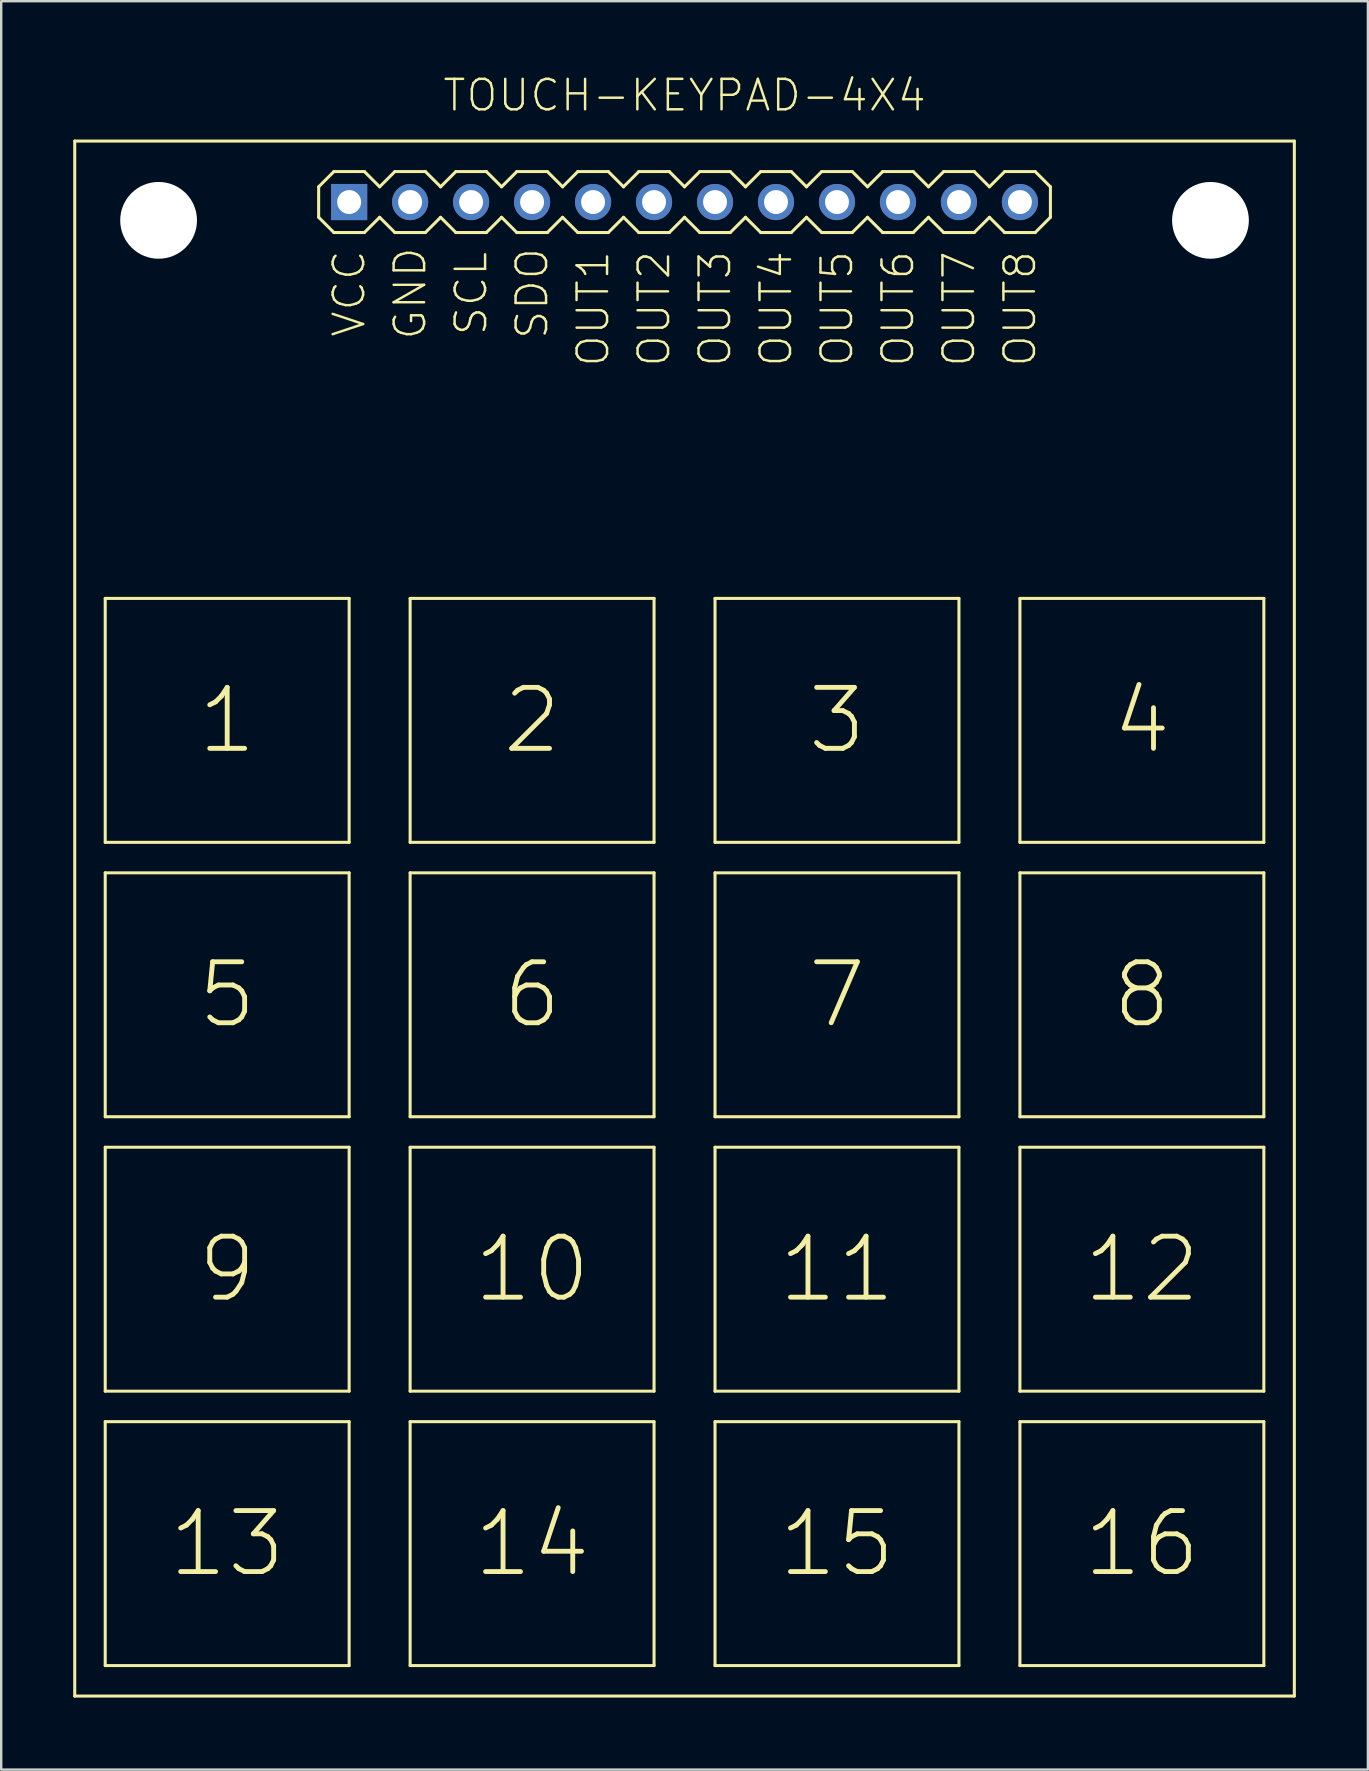
<source format=kicad_pcb>
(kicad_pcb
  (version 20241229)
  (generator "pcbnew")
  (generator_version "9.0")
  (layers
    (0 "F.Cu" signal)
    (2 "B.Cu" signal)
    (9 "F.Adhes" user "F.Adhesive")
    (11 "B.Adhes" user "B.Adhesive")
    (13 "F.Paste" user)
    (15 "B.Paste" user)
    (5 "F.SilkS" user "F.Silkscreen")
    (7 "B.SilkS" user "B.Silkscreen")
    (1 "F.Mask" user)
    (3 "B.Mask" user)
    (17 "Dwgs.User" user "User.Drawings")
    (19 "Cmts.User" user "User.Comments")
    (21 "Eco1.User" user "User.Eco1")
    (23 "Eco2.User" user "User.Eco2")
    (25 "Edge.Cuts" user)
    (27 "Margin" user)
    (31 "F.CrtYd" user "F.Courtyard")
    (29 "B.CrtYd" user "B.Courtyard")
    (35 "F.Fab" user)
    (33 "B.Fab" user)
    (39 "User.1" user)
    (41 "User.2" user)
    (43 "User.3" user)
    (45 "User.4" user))
  (footprint "TOUCH-KEYPAD-4X4"
    (layer "F.Cu")
    (at 25.463 35.846)
    (property "Reference" "TOUCH-KEYPAD-4X4" (at 0 -34.925 0) (layer "F.SilkS") (effects (font (size 1.27 1.27) (thickness 0.102))))
    (attr exclude_from_pos_files exclude_from_bom)
    (fp_line (start -25.4 -33.02) (end 25.4 -33.02) (stroke (width 0.127) (type solid)) (layer "F.SilkS"))
    (fp_line (start -25.4 31.75) (end -25.4 -33.02) (stroke (width 0.127) (type solid)) (layer "F.SilkS"))
    (fp_line (start -24.13 -13.97) (end -13.97 -13.97) (stroke (width 0.127) (type solid)) (layer "F.SilkS"))
    (fp_line (start -24.13 -3.81) (end -24.13 -13.97) (stroke (width 0.127) (type solid)) (layer "F.SilkS"))
    (fp_line (start -24.13 -2.54) (end -13.97 -2.54) (stroke (width 0.127) (type solid)) (layer "F.SilkS"))
    (fp_line (start -24.13 7.62) (end -24.13 -2.54) (stroke (width 0.127) (type solid)) (layer "F.SilkS"))
    (fp_line (start -24.13 8.89) (end -13.97 8.89) (stroke (width 0.127) (type solid)) (layer "F.SilkS"))
    (fp_line (start -24.13 19.05) (end -24.13 8.89) (stroke (width 0.127) (type solid)) (layer "F.SilkS"))
    (fp_line (start -24.13 20.32) (end -13.97 20.32) (stroke (width 0.127) (type solid)) (layer "F.SilkS"))
    (fp_line (start -24.13 30.48) (end -24.13 20.32) (stroke (width 0.127) (type solid)) (layer "F.SilkS"))
    (fp_line (start -15.24 -31.115) (end -14.605 -31.75) (stroke (width 0.127) (type solid)) (layer "F.SilkS"))
    (fp_line (start -15.24 -29.845) (end -15.24 -31.115) (stroke (width 0.127) (type solid)) (layer "F.SilkS"))
    (fp_line (start -14.605 -31.75) (end -13.335 -31.75) (stroke (width 0.127) (type solid)) (layer "F.SilkS"))
    (fp_line (start -14.605 -29.21) (end -15.24 -29.845) (stroke (width 0.127) (type solid)) (layer "F.SilkS"))
    (fp_line (start -13.97 -13.97) (end -13.97 -3.81) (stroke (width 0.127) (type solid)) (layer "F.SilkS"))
    (fp_line (start -13.97 -3.81) (end -24.13 -3.81) (stroke (width 0.127) (type solid)) (layer "F.SilkS"))
    (fp_line (start -13.97 -2.54) (end -13.97 7.62) (stroke (width 0.127) (type solid)) (layer "F.SilkS"))
    (fp_line (start -13.97 7.62) (end -24.13 7.62) (stroke (width 0.127) (type solid)) (layer "F.SilkS"))
    (fp_line (start -13.97 8.89) (end -13.97 19.05) (stroke (width 0.127) (type solid)) (layer "F.SilkS"))
    (fp_line (start -13.97 19.05) (end -24.13 19.05) (stroke (width 0.127) (type solid)) (layer "F.SilkS"))
    (fp_line (start -13.97 20.32) (end -13.97 30.48) (stroke (width 0.127) (type solid)) (layer "F.SilkS"))
    (fp_line (start -13.97 30.48) (end -24.13 30.48) (stroke (width 0.127) (type solid)) (layer "F.SilkS"))
    (fp_line (start -13.335 -31.75) (end -12.7 -31.115) (stroke (width 0.127) (type solid)) (layer "F.SilkS"))
    (fp_line (start -13.335 -29.21) (end -14.605 -29.21) (stroke (width 0.127) (type solid)) (layer "F.SilkS"))
    (fp_line (start -12.7 -31.115) (end -12.065 -31.75) (stroke (width 0.127) (type solid)) (layer "F.SilkS"))
    (fp_line (start -12.7 -29.845) (end -13.335 -29.21) (stroke (width 0.127) (type solid)) (layer "F.SilkS"))
    (fp_line (start -12.065 -31.75) (end -10.795 -31.75) (stroke (width 0.127) (type solid)) (layer "F.SilkS"))
    (fp_line (start -12.065 -29.21) (end -12.7 -29.845) (stroke (width 0.127) (type solid)) (layer "F.SilkS"))
    (fp_line (start -11.43 -13.97) (end -1.27 -13.97) (stroke (width 0.127) (type solid)) (layer "F.SilkS"))
    (fp_line (start -11.43 -3.81) (end -11.43 -13.97) (stroke (width 0.127) (type solid)) (layer "F.SilkS"))
    (fp_line (start -11.43 -2.54) (end -1.27 -2.54) (stroke (width 0.127) (type solid)) (layer "F.SilkS"))
    (fp_line (start -11.43 7.62) (end -11.43 -2.54) (stroke (width 0.127) (type solid)) (layer "F.SilkS"))
    (fp_line (start -11.43 8.89) (end -1.27 8.89) (stroke (width 0.127) (type solid)) (layer "F.SilkS"))
    (fp_line (start -11.43 19.05) (end -11.43 8.89) (stroke (width 0.127) (type solid)) (layer "F.SilkS"))
    (fp_line (start -11.43 20.32) (end -1.27 20.32) (stroke (width 0.127) (type solid)) (layer "F.SilkS"))
    (fp_line (start -11.43 30.48) (end -11.43 20.32) (stroke (width 0.127) (type solid)) (layer "F.SilkS"))
    (fp_line (start -10.795 -31.75) (end -10.16 -31.115) (stroke (width 0.127) (type solid)) (layer "F.SilkS"))
    (fp_line (start -10.795 -29.21) (end -12.065 -29.21) (stroke (width 0.127) (type solid)) (layer "F.SilkS"))
    (fp_line (start -10.16 -31.115) (end -9.525 -31.75) (stroke (width 0.127) (type solid)) (layer "F.SilkS"))
    (fp_line (start -10.16 -29.845) (end -10.795 -29.21) (stroke (width 0.127) (type solid)) (layer "F.SilkS"))
    (fp_line (start -9.525 -31.75) (end -8.255 -31.75) (stroke (width 0.127) (type solid)) (layer "F.SilkS"))
    (fp_line (start -9.525 -29.21) (end -10.16 -29.845) (stroke (width 0.127) (type solid)) (layer "F.SilkS"))
    (fp_line (start -8.255 -31.75) (end -7.62 -31.115) (stroke (width 0.127) (type solid)) (layer "F.SilkS"))
    (fp_line (start -8.255 -29.21) (end -9.525 -29.21) (stroke (width 0.127) (type solid)) (layer "F.SilkS"))
    (fp_line (start -7.62 -31.115) (end -6.985 -31.75) (stroke (width 0.127) (type solid)) (layer "F.SilkS"))
    (fp_line (start -7.62 -29.845) (end -8.255 -29.21) (stroke (width 0.127) (type solid)) (layer "F.SilkS"))
    (fp_line (start -6.985 -31.75) (end -5.715 -31.75) (stroke (width 0.127) (type solid)) (layer "F.SilkS"))
    (fp_line (start -6.985 -29.21) (end -7.62 -29.845) (stroke (width 0.127) (type solid)) (layer "F.SilkS"))
    (fp_line (start -5.715 -31.75) (end -5.08 -31.115) (stroke (width 0.127) (type solid)) (layer "F.SilkS"))
    (fp_line (start -5.715 -29.21) (end -6.985 -29.21) (stroke (width 0.127) (type solid)) (layer "F.SilkS"))
    (fp_line (start -5.08 -31.115) (end -4.445 -31.75) (stroke (width 0.127) (type solid)) (layer "F.SilkS"))
    (fp_line (start -5.08 -29.845) (end -5.715 -29.21) (stroke (width 0.127) (type solid)) (layer "F.SilkS"))
    (fp_line (start -5.08 -29.845) (end -4.445 -29.21) (stroke (width 0.127) (type solid)) (layer "F.SilkS"))
    (fp_line (start -4.445 -31.75) (end -3.175 -31.75) (stroke (width 0.127) (type solid)) (layer "F.SilkS"))
    (fp_line (start -4.445 -29.21) (end -3.175 -29.21) (stroke (width 0.127) (type solid)) (layer "F.SilkS"))
    (fp_line (start -3.175 -31.75) (end -2.54 -31.115) (stroke (width 0.127) (type solid)) (layer "F.SilkS"))
    (fp_line (start -3.175 -29.21) (end -2.54 -29.845) (stroke (width 0.127) (type solid)) (layer "F.SilkS"))
    (fp_line (start -2.54 -31.115) (end -1.905 -31.75) (stroke (width 0.127) (type solid)) (layer "F.SilkS"))
    (fp_line (start -1.905 -31.75) (end -0.635 -31.75) (stroke (width 0.127) (type solid)) (layer "F.SilkS"))
    (fp_line (start -1.905 -29.21) (end -2.54 -29.845) (stroke (width 0.127) (type solid)) (layer "F.SilkS"))
    (fp_line (start -1.27 -13.97) (end -1.27 -3.81) (stroke (width 0.127) (type solid)) (layer "F.SilkS"))
    (fp_line (start -1.27 -3.81) (end -11.43 -3.81) (stroke (width 0.127) (type solid)) (layer "F.SilkS"))
    (fp_line (start -1.27 -2.54) (end -1.27 7.62) (stroke (width 0.127) (type solid)) (layer "F.SilkS"))
    (fp_line (start -1.27 7.62) (end -11.43 7.62) (stroke (width 0.127) (type solid)) (layer "F.SilkS"))
    (fp_line (start -1.27 8.89) (end -1.27 19.05) (stroke (width 0.127) (type solid)) (layer "F.SilkS"))
    (fp_line (start -1.27 19.05) (end -11.43 19.05) (stroke (width 0.127) (type solid)) (layer "F.SilkS"))
    (fp_line (start -1.27 20.32) (end -1.27 30.48) (stroke (width 0.127) (type solid)) (layer "F.SilkS"))
    (fp_line (start -1.27 30.48) (end -11.43 30.48) (stroke (width 0.127) (type solid)) (layer "F.SilkS"))
    (fp_line (start -0.635 -31.75) (end 0 -31.115) (stroke (width 0.127) (type solid)) (layer "F.SilkS"))
    (fp_line (start -0.635 -29.21) (end -1.905 -29.21) (stroke (width 0.127) (type solid)) (layer "F.SilkS"))
    (fp_line (start 0 -31.115) (end 0.635 -31.75) (stroke (width 0.127) (type solid)) (layer "F.SilkS"))
    (fp_line (start 0 -29.845) (end -0.635 -29.21) (stroke (width 0.127) (type solid)) (layer "F.SilkS"))
    (fp_line (start 0.635 -31.75) (end 1.905 -31.75) (stroke (width 0.127) (type solid)) (layer "F.SilkS"))
    (fp_line (start 0.635 -29.21) (end 0 -29.845) (stroke (width 0.127) (type solid)) (layer "F.SilkS"))
    (fp_line (start 1.27 -13.97) (end 11.43 -13.97) (stroke (width 0.127) (type solid)) (layer "F.SilkS"))
    (fp_line (start 1.27 -3.81) (end 1.27 -13.97) (stroke (width 0.127) (type solid)) (layer "F.SilkS"))
    (fp_line (start 1.27 -2.54) (end 11.43 -2.54) (stroke (width 0.127) (type solid)) (layer "F.SilkS"))
    (fp_line (start 1.27 7.62) (end 1.27 -2.54) (stroke (width 0.127) (type solid)) (layer "F.SilkS"))
    (fp_line (start 1.27 8.89) (end 11.43 8.89) (stroke (width 0.127) (type solid)) (layer "F.SilkS"))
    (fp_line (start 1.27 19.05) (end 1.27 8.89) (stroke (width 0.127) (type solid)) (layer "F.SilkS"))
    (fp_line (start 1.27 20.32) (end 11.43 20.32) (stroke (width 0.127) (type solid)) (layer "F.SilkS"))
    (fp_line (start 1.27 30.48) (end 1.27 20.32) (stroke (width 0.127) (type solid)) (layer "F.SilkS"))
    (fp_line (start 1.905 -31.75) (end 2.54 -31.115) (stroke (width 0.127) (type solid)) (layer "F.SilkS"))
    (fp_line (start 1.905 -29.21) (end 0.635 -29.21) (stroke (width 0.127) (type solid)) (layer "F.SilkS"))
    (fp_line (start 2.54 -31.115) (end 3.175 -31.75) (stroke (width 0.127) (type solid)) (layer "F.SilkS"))
    (fp_line (start 2.54 -29.845) (end 1.905 -29.21) (stroke (width 0.127) (type solid)) (layer "F.SilkS"))
    (fp_line (start 2.54 -29.845) (end 3.175 -29.21) (stroke (width 0.127) (type solid)) (layer "F.SilkS"))
    (fp_line (start 3.175 -31.75) (end 4.445 -31.75) (stroke (width 0.127) (type solid)) (layer "F.SilkS"))
    (fp_line (start 3.175 -29.21) (end 4.445 -29.21) (stroke (width 0.127) (type solid)) (layer "F.SilkS"))
    (fp_line (start 4.445 -31.75) (end 5.08 -31.115) (stroke (width 0.127) (type solid)) (layer "F.SilkS"))
    (fp_line (start 4.445 -29.21) (end 5.08 -29.845) (stroke (width 0.127) (type solid)) (layer "F.SilkS"))
    (fp_line (start 5.08 -31.115) (end 5.715 -31.75) (stroke (width 0.127) (type solid)) (layer "F.SilkS"))
    (fp_line (start 5.08 -29.845) (end 5.715 -29.21) (stroke (width 0.127) (type solid)) (layer "F.SilkS"))
    (fp_line (start 5.715 -31.75) (end 6.985 -31.75) (stroke (width 0.127) (type solid)) (layer "F.SilkS"))
    (fp_line (start 5.715 -29.21) (end 6.985 -29.21) (stroke (width 0.127) (type solid)) (layer "F.SilkS"))
    (fp_line (start 6.985 -31.75) (end 7.62 -31.115) (stroke (width 0.127) (type solid)) (layer "F.SilkS"))
    (fp_line (start 6.985 -29.21) (end 7.62 -29.845) (stroke (width 0.127) (type solid)) (layer "F.SilkS"))
    (fp_line (start 7.62 -31.115) (end 8.255 -31.75) (stroke (width 0.127) (type solid)) (layer "F.SilkS"))
    (fp_line (start 7.62 -29.845) (end 8.255 -29.21) (stroke (width 0.127) (type solid)) (layer "F.SilkS"))
    (fp_line (start 8.255 -31.75) (end 9.525 -31.75) (stroke (width 0.127) (type solid)) (layer "F.SilkS"))
    (fp_line (start 8.255 -29.21) (end 9.525 -29.21) (stroke (width 0.127) (type solid)) (layer "F.SilkS"))
    (fp_line (start 9.525 -31.75) (end 10.16 -31.115) (stroke (width 0.127) (type solid)) (layer "F.SilkS"))
    (fp_line (start 9.525 -29.21) (end 10.16 -29.845) (stroke (width 0.127) (type solid)) (layer "F.SilkS"))
    (fp_line (start 10.16 -31.115) (end 10.795 -31.75) (stroke (width 0.127) (type solid)) (layer "F.SilkS"))
    (fp_line (start 10.795 -31.75) (end 12.065 -31.75) (stroke (width 0.127) (type solid)) (layer "F.SilkS"))
    (fp_line (start 10.795 -29.21) (end 10.16 -29.845) (stroke (width 0.127) (type solid)) (layer "F.SilkS"))
    (fp_line (start 11.43 -13.97) (end 11.43 -3.81) (stroke (width 0.127) (type solid)) (layer "F.SilkS"))
    (fp_line (start 11.43 -3.81) (end 1.27 -3.81) (stroke (width 0.127) (type solid)) (layer "F.SilkS"))
    (fp_line (start 11.43 -2.54) (end 11.43 7.62) (stroke (width 0.127) (type solid)) (layer "F.SilkS"))
    (fp_line (start 11.43 7.62) (end 1.27 7.62) (stroke (width 0.127) (type solid)) (layer "F.SilkS"))
    (fp_line (start 11.43 8.89) (end 11.43 19.05) (stroke (width 0.127) (type solid)) (layer "F.SilkS"))
    (fp_line (start 11.43 19.05) (end 1.27 19.05) (stroke (width 0.127) (type solid)) (layer "F.SilkS"))
    (fp_line (start 11.43 20.32) (end 11.43 30.48) (stroke (width 0.127) (type solid)) (layer "F.SilkS"))
    (fp_line (start 11.43 30.48) (end 1.27 30.48) (stroke (width 0.127) (type solid)) (layer "F.SilkS"))
    (fp_line (start 12.065 -31.75) (end 12.7 -31.115) (stroke (width 0.127) (type solid)) (layer "F.SilkS"))
    (fp_line (start 12.065 -29.21) (end 10.795 -29.21) (stroke (width 0.127) (type solid)) (layer "F.SilkS"))
    (fp_line (start 12.7 -31.115) (end 13.335 -31.75) (stroke (width 0.127) (type solid)) (layer "F.SilkS"))
    (fp_line (start 12.7 -29.845) (end 12.065 -29.21) (stroke (width 0.127) (type solid)) (layer "F.SilkS"))
    (fp_line (start 13.335 -31.75) (end 14.605 -31.75) (stroke (width 0.127) (type solid)) (layer "F.SilkS"))
    (fp_line (start 13.335 -29.21) (end 12.7 -29.845) (stroke (width 0.127) (type solid)) (layer "F.SilkS"))
    (fp_line (start 13.97 -13.97) (end 24.13 -13.97) (stroke (width 0.127) (type solid)) (layer "F.SilkS"))
    (fp_line (start 13.97 -3.81) (end 13.97 -13.97) (stroke (width 0.127) (type solid)) (layer "F.SilkS"))
    (fp_line (start 13.97 -2.54) (end 24.13 -2.54) (stroke (width 0.127) (type solid)) (layer "F.SilkS"))
    (fp_line (start 13.97 7.62) (end 13.97 -2.54) (stroke (width 0.127) (type solid)) (layer "F.SilkS"))
    (fp_line (start 13.97 8.89) (end 24.13 8.89) (stroke (width 0.127) (type solid)) (layer "F.SilkS"))
    (fp_line (start 13.97 19.05) (end 13.97 8.89) (stroke (width 0.127) (type solid)) (layer "F.SilkS"))
    (fp_line (start 13.97 20.32) (end 24.13 20.32) (stroke (width 0.127) (type solid)) (layer "F.SilkS"))
    (fp_line (start 13.97 30.48) (end 13.97 20.32) (stroke (width 0.127) (type solid)) (layer "F.SilkS"))
    (fp_line (start 14.605 -31.75) (end 15.24 -31.115) (stroke (width 0.127) (type solid)) (layer "F.SilkS"))
    (fp_line (start 14.605 -29.21) (end 13.335 -29.21) (stroke (width 0.127) (type solid)) (layer "F.SilkS"))
    (fp_line (start 15.24 -31.115) (end 15.24 -29.845) (stroke (width 0.127) (type solid)) (layer "F.SilkS"))
    (fp_line (start 15.24 -29.845) (end 14.605 -29.21) (stroke (width 0.127) (type solid)) (layer "F.SilkS"))
    (fp_line (start 24.13 -13.97) (end 24.13 -3.81) (stroke (width 0.127) (type solid)) (layer "F.SilkS"))
    (fp_line (start 24.13 -3.81) (end 13.97 -3.81) (stroke (width 0.127) (type solid)) (layer "F.SilkS"))
    (fp_line (start 24.13 -2.54) (end 24.13 7.62) (stroke (width 0.127) (type solid)) (layer "F.SilkS"))
    (fp_line (start 24.13 7.62) (end 13.97 7.62) (stroke (width 0.127) (type solid)) (layer "F.SilkS"))
    (fp_line (start 24.13 8.89) (end 24.13 19.05) (stroke (width 0.127) (type solid)) (layer "F.SilkS"))
    (fp_line (start 24.13 19.05) (end 13.97 19.05) (stroke (width 0.127) (type solid)) (layer "F.SilkS"))
    (fp_line (start 24.13 20.32) (end 24.13 30.48) (stroke (width 0.127) (type solid)) (layer "F.SilkS"))
    (fp_line (start 24.13 30.48) (end 13.97 30.48) (stroke (width 0.127) (type solid)) (layer "F.SilkS"))
    (fp_line (start 25.4 -33.02) (end 25.4 31.75) (stroke (width 0.127) (type solid)) (layer "F.SilkS"))
    (fp_line (start 25.4 31.75) (end -25.4 31.75) (stroke (width 0.127) (type solid)) (layer "F.SilkS"))
    (fp_text user "16" (at 19.05 25.4 0) (layer "F.SilkS") (effects (font (size 2.54 2.54) (thickness 0.203))))
    (fp_text user "OUT8" (at 13.97 -26.035 90) (layer "F.SilkS") (effects (font (size 1.27 1.27) (thickness 0.102))))
    (fp_text user "5" (at -19.05 2.54 0) (layer "F.SilkS") (effects (font (size 2.54 2.54) (thickness 0.203))))
    (fp_text user "6" (at -6.35 2.54 0) (layer "F.SilkS") (effects (font (size 2.54 2.54) (thickness 0.203))))
    (fp_text user "12" (at 19.05 13.97 0) (layer "F.SilkS") (effects (font (size 2.54 2.54) (thickness 0.203))))
    (fp_text user "VCC" (at -13.97 -26.67 90) (layer "F.SilkS") (effects (font (size 1.27 1.27) (thickness 0.102))))
    (fp_text user "11" (at 6.35 13.97 0) (layer "F.SilkS") (effects (font (size 2.54 2.54) (thickness 0.203))))
    (fp_text user "4" (at 19.05 -8.89 0) (layer "F.SilkS") (effects (font (size 2.54 2.54) (thickness 0.203))))
    (fp_text user "8" (at 19.05 2.54 0) (layer "F.SilkS") (effects (font (size 2.54 2.54) (thickness 0.203))))
    (fp_text user "SDO" (at -6.35 -26.67 90) (layer "F.SilkS") (effects (font (size 1.27 1.27) (thickness 0.102))))
    (fp_text user "1" (at -19.05 -8.89 0) (layer "F.SilkS") (effects (font (size 2.54 2.54) (thickness 0.203))))
    (fp_text user "OUT1" (at -3.81 -26.035 90) (layer "F.SilkS") (effects (font (size 1.27 1.27) (thickness 0.102))))
    (fp_text user "SCL" (at -8.89 -26.67 90) (layer "F.SilkS") (effects (font (size 1.27 1.27) (thickness 0.102))))
    (fp_text user "7" (at 6.35 2.54 0) (layer "F.SilkS") (effects (font (size 2.54 2.54) (thickness 0.203))))
    (fp_text user "OUT7" (at 11.43 -26.035 90) (layer "F.SilkS") (effects (font (size 1.27 1.27) (thickness 0.102))))
    (fp_text user "OUT4" (at 3.81 -26.035 90) (layer "F.SilkS") (effects (font (size 1.27 1.27) (thickness 0.102))))
    (fp_text user "OUT3" (at 1.27 -26.035 90) (layer "F.SilkS") (effects (font (size 1.27 1.27) (thickness 0.102))))
    (fp_text user "OUT6" (at 8.89 -26.035 90) (layer "F.SilkS") (effects (font (size 1.27 1.27) (thickness 0.102))))
    (fp_text user "OUT5" (at 6.35 -26.035 90) (layer "F.SilkS") (effects (font (size 1.27 1.27) (thickness 0.102))))
    (fp_text user "GND" (at -11.43 -26.67 90) (layer "F.SilkS") (effects (font (size 1.27 1.27) (thickness 0.102))))
    (fp_text user "13" (at -19.05 25.4 0) (layer "F.SilkS") (effects (font (size 2.54 2.54) (thickness 0.203))))
    (fp_text user "2" (at -6.35 -8.89 0) (layer "F.SilkS") (effects (font (size 2.54 2.54) (thickness 0.203))))
    (fp_text user "10" (at -6.35 13.97 0) (layer "F.SilkS") (effects (font (size 2.54 2.54) (thickness 0.203))))
    (fp_text user "15" (at 6.35 25.4 0) (layer "F.SilkS") (effects (font (size 2.54 2.54) (thickness 0.203))))
    (fp_text user "OUT2" (at -1.27 -26.035 90) (layer "F.SilkS") (effects (font (size 1.27 1.27) (thickness 0.102))))
    (fp_text user "14" (at -6.35 25.4 0) (layer "F.SilkS") (effects (font (size 2.54 2.54) (thickness 0.203))))
    (fp_text user "3" (at 6.35 -8.89 0) (layer "F.SilkS") (effects (font (size 2.54 2.54) (thickness 0.203))))
    (fp_text user "9" (at -19.05 13.97 0) (layer "F.SilkS") (effects (font (size 2.54 2.54) (thickness 0.203))))
    (pad "" np_thru_hole circle (at -21.907 -29.718) (size 3.198 3.198) (drill 3.198) (layers "*.Cu" "*.Mask"))
    (pad "" np_thru_hole circle (at 21.907 -29.718) (size 3.198 3.198) (drill 3.198) (layers "*.Cu" "*.Mask"))
    (pad "1" thru_hole rect (at -13.97 -30.48) (size 1.506 1.506) (drill 0.998) (layers "*.Cu" "*.Paste" "*.Mask"))
    (pad "2" thru_hole circle (at -11.43 -30.48) (size 1.506 1.506) (drill 0.998) (layers "*.Cu" "*.Paste" "*.Mask"))
    (pad "3" thru_hole circle (at -8.89 -30.48) (size 1.506 1.506) (drill 0.998) (layers "*.Cu" "*.Paste" "*.Mask"))
    (pad "4" thru_hole circle (at -6.35 -30.48) (size 1.506 1.506) (drill 0.998) (layers "*.Cu" "*.Paste" "*.Mask"))
    (pad "5" thru_hole circle (at -3.81 -30.48) (size 1.506 1.506) (drill 0.998) (layers "*.Cu" "*.Paste" "*.Mask"))
    (pad "6" thru_hole circle (at -1.27 -30.48) (size 1.506 1.506) (drill 0.998) (layers "*.Cu" "*.Paste" "*.Mask"))
    (pad "7" thru_hole circle (at 1.27 -30.48) (size 1.506 1.506) (drill 0.998) (layers "*.Cu" "*.Paste" "*.Mask"))
    (pad "8" thru_hole circle (at 3.81 -30.48) (size 1.506 1.506) (drill 0.998) (layers "*.Cu" "*.Paste" "*.Mask"))
    (pad "9" thru_hole circle (at 6.35 -30.48) (size 1.506 1.506) (drill 0.998) (layers "*.Cu" "*.Paste" "*.Mask"))
    (pad "10" thru_hole circle (at 8.89 -30.48) (size 1.506 1.506) (drill 0.998) (layers "*.Cu" "*.Paste" "*.Mask"))
    (pad "11" thru_hole circle (at 11.43 -30.48) (size 1.506 1.506) (drill 0.998) (layers "*.Cu" "*.Paste" "*.Mask"))
    (pad "12" thru_hole circle (at 13.97 -30.48) (size 1.506 1.506) (drill 0.998) (layers "*.Cu" "*.Paste" "*.Mask")))
  (gr_rect
    (start -3 -3)
    (end 53.927 70.66)
    (stroke (width 0.1) (type default))
    (fill no)
    (layer "Edge.Cuts")))
</source>
